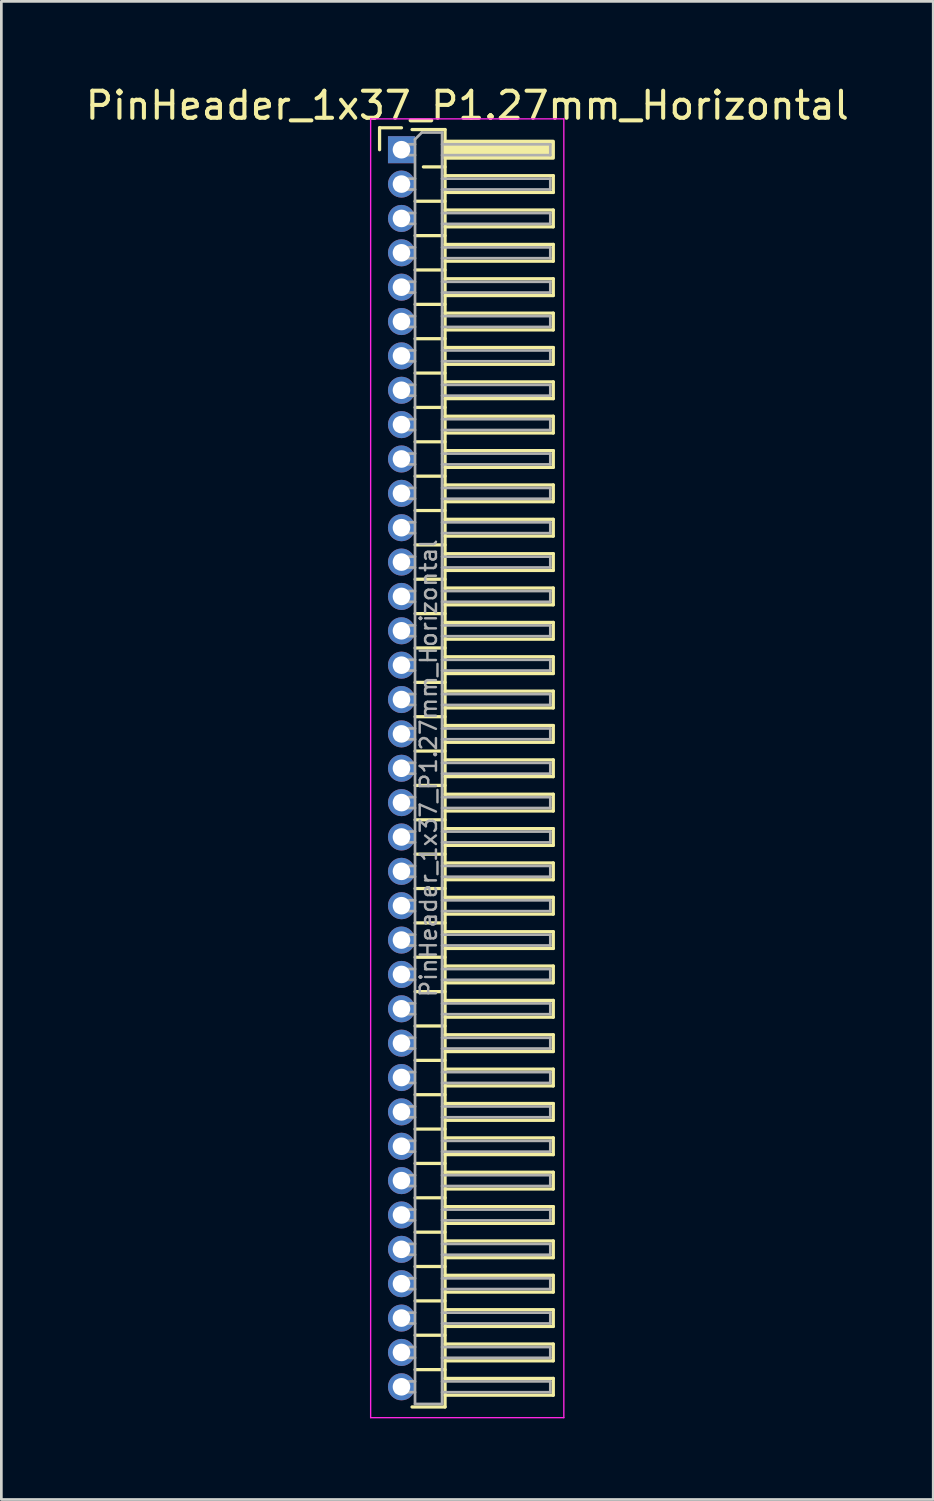
<source format=kicad_pcb>
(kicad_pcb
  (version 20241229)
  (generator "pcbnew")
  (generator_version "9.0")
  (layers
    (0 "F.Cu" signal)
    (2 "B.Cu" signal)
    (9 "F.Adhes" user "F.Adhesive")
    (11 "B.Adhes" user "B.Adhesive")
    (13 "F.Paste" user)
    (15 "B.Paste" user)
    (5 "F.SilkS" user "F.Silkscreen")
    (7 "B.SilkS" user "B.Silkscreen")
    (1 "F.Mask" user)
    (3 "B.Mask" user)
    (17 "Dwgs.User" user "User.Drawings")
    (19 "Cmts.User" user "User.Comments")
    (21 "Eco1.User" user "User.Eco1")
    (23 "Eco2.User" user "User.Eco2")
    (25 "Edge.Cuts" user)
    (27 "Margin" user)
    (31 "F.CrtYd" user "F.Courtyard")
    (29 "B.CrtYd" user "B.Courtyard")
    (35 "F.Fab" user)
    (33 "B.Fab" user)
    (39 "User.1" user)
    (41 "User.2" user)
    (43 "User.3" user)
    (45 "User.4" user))
  (footprint "PinHeader_1x37_P1.27mm_Horizontal"
    (layer "F.Cu")
    (at 11.788 2.483)
    (property "Reference" "PinHeader_1x37_P1.27mm_Horizontal" (at 2.433 -1.635 0) (layer "F.SilkS") (effects (font (size 1 1) (thickness 0.15))))
    (attr through_hole)
    (fp_line (start -0.81 -0.81) (end 0 -0.81) (stroke (width 0.12) (type solid)) (layer "F.SilkS"))
    (fp_line (start -0.81 0) (end -0.81 -0.81) (stroke (width 0.12) (type solid)) (layer "F.SilkS"))
    (fp_line (start 0.39 -0.745) (end 1.61 -0.745) (stroke (width 0.12) (type solid)) (layer "F.SilkS"))
    (fp_line (start 0.503 1.905) (end 1.61 1.905) (stroke (width 0.12) (type solid)) (layer "F.SilkS"))
    (fp_line (start 0.503 3.175) (end 1.61 3.175) (stroke (width 0.12) (type solid)) (layer "F.SilkS"))
    (fp_line (start 0.503 4.445) (end 1.61 4.445) (stroke (width 0.12) (type solid)) (layer "F.SilkS"))
    (fp_line (start 0.503 5.715) (end 1.61 5.715) (stroke (width 0.12) (type solid)) (layer "F.SilkS"))
    (fp_line (start 0.503 6.985) (end 1.61 6.985) (stroke (width 0.12) (type solid)) (layer "F.SilkS"))
    (fp_line (start 0.503 8.255) (end 1.61 8.255) (stroke (width 0.12) (type solid)) (layer "F.SilkS"))
    (fp_line (start 0.503 9.525) (end 1.61 9.525) (stroke (width 0.12) (type solid)) (layer "F.SilkS"))
    (fp_line (start 0.503 10.795) (end 1.61 10.795) (stroke (width 0.12) (type solid)) (layer "F.SilkS"))
    (fp_line (start 0.503 12.065) (end 1.61 12.065) (stroke (width 0.12) (type solid)) (layer "F.SilkS"))
    (fp_line (start 0.503 13.335) (end 1.61 13.335) (stroke (width 0.12) (type solid)) (layer "F.SilkS"))
    (fp_line (start 0.503 14.605) (end 1.61 14.605) (stroke (width 0.12) (type solid)) (layer "F.SilkS"))
    (fp_line (start 0.503 15.875) (end 1.61 15.875) (stroke (width 0.12) (type solid)) (layer "F.SilkS"))
    (fp_line (start 0.503 17.145) (end 1.61 17.145) (stroke (width 0.12) (type solid)) (layer "F.SilkS"))
    (fp_line (start 0.503 18.415) (end 1.61 18.415) (stroke (width 0.12) (type solid)) (layer "F.SilkS"))
    (fp_line (start 0.503 19.685) (end 1.61 19.685) (stroke (width 0.12) (type solid)) (layer "F.SilkS"))
    (fp_line (start 0.503 20.955) (end 1.61 20.955) (stroke (width 0.12) (type solid)) (layer "F.SilkS"))
    (fp_line (start 0.503 22.225) (end 1.61 22.225) (stroke (width 0.12) (type solid)) (layer "F.SilkS"))
    (fp_line (start 0.503 23.495) (end 1.61 23.495) (stroke (width 0.12) (type solid)) (layer "F.SilkS"))
    (fp_line (start 0.503 24.765) (end 1.61 24.765) (stroke (width 0.12) (type solid)) (layer "F.SilkS"))
    (fp_line (start 0.503 26.035) (end 1.61 26.035) (stroke (width 0.12) (type solid)) (layer "F.SilkS"))
    (fp_line (start 0.503 27.305) (end 1.61 27.305) (stroke (width 0.12) (type solid)) (layer "F.SilkS"))
    (fp_line (start 0.503 28.575) (end 1.61 28.575) (stroke (width 0.12) (type solid)) (layer "F.SilkS"))
    (fp_line (start 0.503 29.845) (end 1.61 29.845) (stroke (width 0.12) (type solid)) (layer "F.SilkS"))
    (fp_line (start 0.503 31.115) (end 1.61 31.115) (stroke (width 0.12) (type solid)) (layer "F.SilkS"))
    (fp_line (start 0.503 32.385) (end 1.61 32.385) (stroke (width 0.12) (type solid)) (layer "F.SilkS"))
    (fp_line (start 0.503 33.655) (end 1.61 33.655) (stroke (width 0.12) (type solid)) (layer "F.SilkS"))
    (fp_line (start 0.503 34.925) (end 1.61 34.925) (stroke (width 0.12) (type solid)) (layer "F.SilkS"))
    (fp_line (start 0.503 36.195) (end 1.61 36.195) (stroke (width 0.12) (type solid)) (layer "F.SilkS"))
    (fp_line (start 0.503 37.465) (end 1.61 37.465) (stroke (width 0.12) (type solid)) (layer "F.SilkS"))
    (fp_line (start 0.503 38.735) (end 1.61 38.735) (stroke (width 0.12) (type solid)) (layer "F.SilkS"))
    (fp_line (start 0.503 40.005) (end 1.61 40.005) (stroke (width 0.12) (type solid)) (layer "F.SilkS"))
    (fp_line (start 0.503 41.275) (end 1.61 41.275) (stroke (width 0.12) (type solid)) (layer "F.SilkS"))
    (fp_line (start 0.503 42.545) (end 1.61 42.545) (stroke (width 0.12) (type solid)) (layer "F.SilkS"))
    (fp_line (start 0.503 43.815) (end 1.61 43.815) (stroke (width 0.12) (type solid)) (layer "F.SilkS"))
    (fp_line (start 0.503 45.085) (end 1.61 45.085) (stroke (width 0.12) (type solid)) (layer "F.SilkS"))
    (fp_line (start 0.81 0.635) (end 1.61 0.635) (stroke (width 0.12) (type solid)) (layer "F.SilkS"))
    (fp_line (start 1.61 -0.745) (end 1.61 46.465) (stroke (width 0.12) (type solid)) (layer "F.SilkS"))
    (fp_line (start 1.61 0.96) (end 5.61 0.96) (stroke (width 0.12) (type solid)) (layer "F.SilkS"))
    (fp_line (start 1.61 2.23) (end 5.61 2.23) (stroke (width 0.12) (type solid)) (layer "F.SilkS"))
    (fp_line (start 1.61 3.5) (end 5.61 3.5) (stroke (width 0.12) (type solid)) (layer "F.SilkS"))
    (fp_line (start 1.61 4.77) (end 5.61 4.77) (stroke (width 0.12) (type solid)) (layer "F.SilkS"))
    (fp_line (start 1.61 6.04) (end 5.61 6.04) (stroke (width 0.12) (type solid)) (layer "F.SilkS"))
    (fp_line (start 1.61 7.31) (end 5.61 7.31) (stroke (width 0.12) (type solid)) (layer "F.SilkS"))
    (fp_line (start 1.61 8.58) (end 5.61 8.58) (stroke (width 0.12) (type solid)) (layer "F.SilkS"))
    (fp_line (start 1.61 9.85) (end 5.61 9.85) (stroke (width 0.12) (type solid)) (layer "F.SilkS"))
    (fp_line (start 1.61 11.12) (end 5.61 11.12) (stroke (width 0.12) (type solid)) (layer "F.SilkS"))
    (fp_line (start 1.61 12.39) (end 5.61 12.39) (stroke (width 0.12) (type solid)) (layer "F.SilkS"))
    (fp_line (start 1.61 13.66) (end 5.61 13.66) (stroke (width 0.12) (type solid)) (layer "F.SilkS"))
    (fp_line (start 1.61 14.93) (end 5.61 14.93) (stroke (width 0.12) (type solid)) (layer "F.SilkS"))
    (fp_line (start 1.61 16.2) (end 5.61 16.2) (stroke (width 0.12) (type solid)) (layer "F.SilkS"))
    (fp_line (start 1.61 17.47) (end 5.61 17.47) (stroke (width 0.12) (type solid)) (layer "F.SilkS"))
    (fp_line (start 1.61 18.74) (end 5.61 18.74) (stroke (width 0.12) (type solid)) (layer "F.SilkS"))
    (fp_line (start 1.61 20.01) (end 5.61 20.01) (stroke (width 0.12) (type solid)) (layer "F.SilkS"))
    (fp_line (start 1.61 21.28) (end 5.61 21.28) (stroke (width 0.12) (type solid)) (layer "F.SilkS"))
    (fp_line (start 1.61 22.55) (end 5.61 22.55) (stroke (width 0.12) (type solid)) (layer "F.SilkS"))
    (fp_line (start 1.61 23.82) (end 5.61 23.82) (stroke (width 0.12) (type solid)) (layer "F.SilkS"))
    (fp_line (start 1.61 25.09) (end 5.61 25.09) (stroke (width 0.12) (type solid)) (layer "F.SilkS"))
    (fp_line (start 1.61 26.36) (end 5.61 26.36) (stroke (width 0.12) (type solid)) (layer "F.SilkS"))
    (fp_line (start 1.61 27.63) (end 5.61 27.63) (stroke (width 0.12) (type solid)) (layer "F.SilkS"))
    (fp_line (start 1.61 28.9) (end 5.61 28.9) (stroke (width 0.12) (type solid)) (layer "F.SilkS"))
    (fp_line (start 1.61 30.17) (end 5.61 30.17) (stroke (width 0.12) (type solid)) (layer "F.SilkS"))
    (fp_line (start 1.61 31.44) (end 5.61 31.44) (stroke (width 0.12) (type solid)) (layer "F.SilkS"))
    (fp_line (start 1.61 32.71) (end 5.61 32.71) (stroke (width 0.12) (type solid)) (layer "F.SilkS"))
    (fp_line (start 1.61 33.98) (end 5.61 33.98) (stroke (width 0.12) (type solid)) (layer "F.SilkS"))
    (fp_line (start 1.61 35.25) (end 5.61 35.25) (stroke (width 0.12) (type solid)) (layer "F.SilkS"))
    (fp_line (start 1.61 36.52) (end 5.61 36.52) (stroke (width 0.12) (type solid)) (layer "F.SilkS"))
    (fp_line (start 1.61 37.79) (end 5.61 37.79) (stroke (width 0.12) (type solid)) (layer "F.SilkS"))
    (fp_line (start 1.61 39.06) (end 5.61 39.06) (stroke (width 0.12) (type solid)) (layer "F.SilkS"))
    (fp_line (start 1.61 40.33) (end 5.61 40.33) (stroke (width 0.12) (type solid)) (layer "F.SilkS"))
    (fp_line (start 1.61 41.6) (end 5.61 41.6) (stroke (width 0.12) (type solid)) (layer "F.SilkS"))
    (fp_line (start 1.61 42.87) (end 5.61 42.87) (stroke (width 0.12) (type solid)) (layer "F.SilkS"))
    (fp_line (start 1.61 44.14) (end 5.61 44.14) (stroke (width 0.12) (type solid)) (layer "F.SilkS"))
    (fp_line (start 1.61 45.41) (end 5.61 45.41) (stroke (width 0.12) (type solid)) (layer "F.SilkS"))
    (fp_line (start 1.61 46.465) (end 0.39 46.465) (stroke (width 0.12) (type solid)) (layer "F.SilkS"))
    (fp_line (start 5.61 0.96) (end 5.61 1.58) (stroke (width 0.12) (type solid)) (layer "F.SilkS"))
    (fp_line (start 5.61 1.58) (end 1.61 1.58) (stroke (width 0.12) (type solid)) (layer "F.SilkS"))
    (fp_line (start 5.61 2.23) (end 5.61 2.85) (stroke (width 0.12) (type solid)) (layer "F.SilkS"))
    (fp_line (start 5.61 2.85) (end 1.61 2.85) (stroke (width 0.12) (type solid)) (layer "F.SilkS"))
    (fp_line (start 5.61 3.5) (end 5.61 4.12) (stroke (width 0.12) (type solid)) (layer "F.SilkS"))
    (fp_line (start 5.61 4.12) (end 1.61 4.12) (stroke (width 0.12) (type solid)) (layer "F.SilkS"))
    (fp_line (start 5.61 4.77) (end 5.61 5.39) (stroke (width 0.12) (type solid)) (layer "F.SilkS"))
    (fp_line (start 5.61 5.39) (end 1.61 5.39) (stroke (width 0.12) (type solid)) (layer "F.SilkS"))
    (fp_line (start 5.61 6.04) (end 5.61 6.66) (stroke (width 0.12) (type solid)) (layer "F.SilkS"))
    (fp_line (start 5.61 6.66) (end 1.61 6.66) (stroke (width 0.12) (type solid)) (layer "F.SilkS"))
    (fp_line (start 5.61 7.31) (end 5.61 7.93) (stroke (width 0.12) (type solid)) (layer "F.SilkS"))
    (fp_line (start 5.61 7.93) (end 1.61 7.93) (stroke (width 0.12) (type solid)) (layer "F.SilkS"))
    (fp_line (start 5.61 8.58) (end 5.61 9.2) (stroke (width 0.12) (type solid)) (layer "F.SilkS"))
    (fp_line (start 5.61 9.2) (end 1.61 9.2) (stroke (width 0.12) (type solid)) (layer "F.SilkS"))
    (fp_line (start 5.61 9.85) (end 5.61 10.47) (stroke (width 0.12) (type solid)) (layer "F.SilkS"))
    (fp_line (start 5.61 10.47) (end 1.61 10.47) (stroke (width 0.12) (type solid)) (layer "F.SilkS"))
    (fp_line (start 5.61 11.12) (end 5.61 11.74) (stroke (width 0.12) (type solid)) (layer "F.SilkS"))
    (fp_line (start 5.61 11.74) (end 1.61 11.74) (stroke (width 0.12) (type solid)) (layer "F.SilkS"))
    (fp_line (start 5.61 12.39) (end 5.61 13.01) (stroke (width 0.12) (type solid)) (layer "F.SilkS"))
    (fp_line (start 5.61 13.01) (end 1.61 13.01) (stroke (width 0.12) (type solid)) (layer "F.SilkS"))
    (fp_line (start 5.61 13.66) (end 5.61 14.28) (stroke (width 0.12) (type solid)) (layer "F.SilkS"))
    (fp_line (start 5.61 14.28) (end 1.61 14.28) (stroke (width 0.12) (type solid)) (layer "F.SilkS"))
    (fp_line (start 5.61 14.93) (end 5.61 15.55) (stroke (width 0.12) (type solid)) (layer "F.SilkS"))
    (fp_line (start 5.61 15.55) (end 1.61 15.55) (stroke (width 0.12) (type solid)) (layer "F.SilkS"))
    (fp_line (start 5.61 16.2) (end 5.61 16.82) (stroke (width 0.12) (type solid)) (layer "F.SilkS"))
    (fp_line (start 5.61 16.82) (end 1.61 16.82) (stroke (width 0.12) (type solid)) (layer "F.SilkS"))
    (fp_line (start 5.61 17.47) (end 5.61 18.09) (stroke (width 0.12) (type solid)) (layer "F.SilkS"))
    (fp_line (start 5.61 18.09) (end 1.61 18.09) (stroke (width 0.12) (type solid)) (layer "F.SilkS"))
    (fp_line (start 5.61 18.74) (end 5.61 19.36) (stroke (width 0.12) (type solid)) (layer "F.SilkS"))
    (fp_line (start 5.61 19.36) (end 1.61 19.36) (stroke (width 0.12) (type solid)) (layer "F.SilkS"))
    (fp_line (start 5.61 20.01) (end 5.61 20.63) (stroke (width 0.12) (type solid)) (layer "F.SilkS"))
    (fp_line (start 5.61 20.63) (end 1.61 20.63) (stroke (width 0.12) (type solid)) (layer "F.SilkS"))
    (fp_line (start 5.61 21.28) (end 5.61 21.9) (stroke (width 0.12) (type solid)) (layer "F.SilkS"))
    (fp_line (start 5.61 21.9) (end 1.61 21.9) (stroke (width 0.12) (type solid)) (layer "F.SilkS"))
    (fp_line (start 5.61 22.55) (end 5.61 23.17) (stroke (width 0.12) (type solid)) (layer "F.SilkS"))
    (fp_line (start 5.61 23.17) (end 1.61 23.17) (stroke (width 0.12) (type solid)) (layer "F.SilkS"))
    (fp_line (start 5.61 23.82) (end 5.61 24.44) (stroke (width 0.12) (type solid)) (layer "F.SilkS"))
    (fp_line (start 5.61 24.44) (end 1.61 24.44) (stroke (width 0.12) (type solid)) (layer "F.SilkS"))
    (fp_line (start 5.61 25.09) (end 5.61 25.71) (stroke (width 0.12) (type solid)) (layer "F.SilkS"))
    (fp_line (start 5.61 25.71) (end 1.61 25.71) (stroke (width 0.12) (type solid)) (layer "F.SilkS"))
    (fp_line (start 5.61 26.36) (end 5.61 26.98) (stroke (width 0.12) (type solid)) (layer "F.SilkS"))
    (fp_line (start 5.61 26.98) (end 1.61 26.98) (stroke (width 0.12) (type solid)) (layer "F.SilkS"))
    (fp_line (start 5.61 27.63) (end 5.61 28.25) (stroke (width 0.12) (type solid)) (layer "F.SilkS"))
    (fp_line (start 5.61 28.25) (end 1.61 28.25) (stroke (width 0.12) (type solid)) (layer "F.SilkS"))
    (fp_line (start 5.61 28.9) (end 5.61 29.52) (stroke (width 0.12) (type solid)) (layer "F.SilkS"))
    (fp_line (start 5.61 29.52) (end 1.61 29.52) (stroke (width 0.12) (type solid)) (layer "F.SilkS"))
    (fp_line (start 5.61 30.17) (end 5.61 30.79) (stroke (width 0.12) (type solid)) (layer "F.SilkS"))
    (fp_line (start 5.61 30.79) (end 1.61 30.79) (stroke (width 0.12) (type solid)) (layer "F.SilkS"))
    (fp_line (start 5.61 31.44) (end 5.61 32.06) (stroke (width 0.12) (type solid)) (layer "F.SilkS"))
    (fp_line (start 5.61 32.06) (end 1.61 32.06) (stroke (width 0.12) (type solid)) (layer "F.SilkS"))
    (fp_line (start 5.61 32.71) (end 5.61 33.33) (stroke (width 0.12) (type solid)) (layer "F.SilkS"))
    (fp_line (start 5.61 33.33) (end 1.61 33.33) (stroke (width 0.12) (type solid)) (layer "F.SilkS"))
    (fp_line (start 5.61 33.98) (end 5.61 34.6) (stroke (width 0.12) (type solid)) (layer "F.SilkS"))
    (fp_line (start 5.61 34.6) (end 1.61 34.6) (stroke (width 0.12) (type solid)) (layer "F.SilkS"))
    (fp_line (start 5.61 35.25) (end 5.61 35.87) (stroke (width 0.12) (type solid)) (layer "F.SilkS"))
    (fp_line (start 5.61 35.87) (end 1.61 35.87) (stroke (width 0.12) (type solid)) (layer "F.SilkS"))
    (fp_line (start 5.61 36.52) (end 5.61 37.14) (stroke (width 0.12) (type solid)) (layer "F.SilkS"))
    (fp_line (start 5.61 37.14) (end 1.61 37.14) (stroke (width 0.12) (type solid)) (layer "F.SilkS"))
    (fp_line (start 5.61 37.79) (end 5.61 38.41) (stroke (width 0.12) (type solid)) (layer "F.SilkS"))
    (fp_line (start 5.61 38.41) (end 1.61 38.41) (stroke (width 0.12) (type solid)) (layer "F.SilkS"))
    (fp_line (start 5.61 39.06) (end 5.61 39.68) (stroke (width 0.12) (type solid)) (layer "F.SilkS"))
    (fp_line (start 5.61 39.68) (end 1.61 39.68) (stroke (width 0.12) (type solid)) (layer "F.SilkS"))
    (fp_line (start 5.61 40.33) (end 5.61 40.95) (stroke (width 0.12) (type solid)) (layer "F.SilkS"))
    (fp_line (start 5.61 40.95) (end 1.61 40.95) (stroke (width 0.12) (type solid)) (layer "F.SilkS"))
    (fp_line (start 5.61 41.6) (end 5.61 42.22) (stroke (width 0.12) (type solid)) (layer "F.SilkS"))
    (fp_line (start 5.61 42.22) (end 1.61 42.22) (stroke (width 0.12) (type solid)) (layer "F.SilkS"))
    (fp_line (start 5.61 42.87) (end 5.61 43.49) (stroke (width 0.12) (type solid)) (layer "F.SilkS"))
    (fp_line (start 5.61 43.49) (end 1.61 43.49) (stroke (width 0.12) (type solid)) (layer "F.SilkS"))
    (fp_line (start 5.61 44.14) (end 5.61 44.76) (stroke (width 0.12) (type solid)) (layer "F.SilkS"))
    (fp_line (start 5.61 44.76) (end 1.61 44.76) (stroke (width 0.12) (type solid)) (layer "F.SilkS"))
    (fp_line (start 5.61 45.41) (end 5.61 46.03) (stroke (width 0.12) (type solid)) (layer "F.SilkS"))
    (fp_line (start 5.61 46.03) (end 1.61 46.03) (stroke (width 0.12) (type solid)) (layer "F.SilkS"))
    (fp_rect (start 1.61 -0.31) (end 5.61 0.31) (stroke (width 0.12) (type solid)) (fill yes) (layer "F.SilkS"))
    (fp_line (start -1.14 -1.14) (end -1.14 46.86) (stroke (width 0.05) (type solid)) (layer "F.CrtYd"))
    (fp_line (start -1.14 46.86) (end 6 46.86) (stroke (width 0.05) (type solid)) (layer "F.CrtYd"))
    (fp_line (start 6 -1.14) (end -1.14 -1.14) (stroke (width 0.05) (type solid)) (layer "F.CrtYd"))
    (fp_line (start 6 46.86) (end 6 -1.14) (stroke (width 0.05) (type solid)) (layer "F.CrtYd"))
    (fp_line (start -0.2 -0.2) (end -0.2 0.2) (stroke (width 0.1) (type solid)) (layer "F.Fab"))
    (fp_line (start -0.2 -0.2) (end 0.5 -0.2) (stroke (width 0.1) (type solid)) (layer "F.Fab"))
    (fp_line (start -0.2 0.2) (end 0.5 0.2) (stroke (width 0.1) (type solid)) (layer "F.Fab"))
    (fp_line (start -0.2 1.07) (end -0.2 1.47) (stroke (width 0.1) (type solid)) (layer "F.Fab"))
    (fp_line (start -0.2 1.07) (end 0.5 1.07) (stroke (width 0.1) (type solid)) (layer "F.Fab"))
    (fp_line (start -0.2 1.47) (end 0.5 1.47) (stroke (width 0.1) (type solid)) (layer "F.Fab"))
    (fp_line (start -0.2 2.34) (end -0.2 2.74) (stroke (width 0.1) (type solid)) (layer "F.Fab"))
    (fp_line (start -0.2 2.34) (end 0.5 2.34) (stroke (width 0.1) (type solid)) (layer "F.Fab"))
    (fp_line (start -0.2 2.74) (end 0.5 2.74) (stroke (width 0.1) (type solid)) (layer "F.Fab"))
    (fp_line (start -0.2 3.61) (end -0.2 4.01) (stroke (width 0.1) (type solid)) (layer "F.Fab"))
    (fp_line (start -0.2 3.61) (end 0.5 3.61) (stroke (width 0.1) (type solid)) (layer "F.Fab"))
    (fp_line (start -0.2 4.01) (end 0.5 4.01) (stroke (width 0.1) (type solid)) (layer "F.Fab"))
    (fp_line (start -0.2 4.88) (end -0.2 5.28) (stroke (width 0.1) (type solid)) (layer "F.Fab"))
    (fp_line (start -0.2 4.88) (end 0.5 4.88) (stroke (width 0.1) (type solid)) (layer "F.Fab"))
    (fp_line (start -0.2 5.28) (end 0.5 5.28) (stroke (width 0.1) (type solid)) (layer "F.Fab"))
    (fp_line (start -0.2 6.15) (end -0.2 6.55) (stroke (width 0.1) (type solid)) (layer "F.Fab"))
    (fp_line (start -0.2 6.15) (end 0.5 6.15) (stroke (width 0.1) (type solid)) (layer "F.Fab"))
    (fp_line (start -0.2 6.55) (end 0.5 6.55) (stroke (width 0.1) (type solid)) (layer "F.Fab"))
    (fp_line (start -0.2 7.42) (end -0.2 7.82) (stroke (width 0.1) (type solid)) (layer "F.Fab"))
    (fp_line (start -0.2 7.42) (end 0.5 7.42) (stroke (width 0.1) (type solid)) (layer "F.Fab"))
    (fp_line (start -0.2 7.82) (end 0.5 7.82) (stroke (width 0.1) (type solid)) (layer "F.Fab"))
    (fp_line (start -0.2 8.69) (end -0.2 9.09) (stroke (width 0.1) (type solid)) (layer "F.Fab"))
    (fp_line (start -0.2 8.69) (end 0.5 8.69) (stroke (width 0.1) (type solid)) (layer "F.Fab"))
    (fp_line (start -0.2 9.09) (end 0.5 9.09) (stroke (width 0.1) (type solid)) (layer "F.Fab"))
    (fp_line (start -0.2 9.96) (end -0.2 10.36) (stroke (width 0.1) (type solid)) (layer "F.Fab"))
    (fp_line (start -0.2 9.96) (end 0.5 9.96) (stroke (width 0.1) (type solid)) (layer "F.Fab"))
    (fp_line (start -0.2 10.36) (end 0.5 10.36) (stroke (width 0.1) (type solid)) (layer "F.Fab"))
    (fp_line (start -0.2 11.23) (end -0.2 11.63) (stroke (width 0.1) (type solid)) (layer "F.Fab"))
    (fp_line (start -0.2 11.23) (end 0.5 11.23) (stroke (width 0.1) (type solid)) (layer "F.Fab"))
    (fp_line (start -0.2 11.63) (end 0.5 11.63) (stroke (width 0.1) (type solid)) (layer "F.Fab"))
    (fp_line (start -0.2 12.5) (end -0.2 12.9) (stroke (width 0.1) (type solid)) (layer "F.Fab"))
    (fp_line (start -0.2 12.5) (end 0.5 12.5) (stroke (width 0.1) (type solid)) (layer "F.Fab"))
    (fp_line (start -0.2 12.9) (end 0.5 12.9) (stroke (width 0.1) (type solid)) (layer "F.Fab"))
    (fp_line (start -0.2 13.77) (end -0.2 14.17) (stroke (width 0.1) (type solid)) (layer "F.Fab"))
    (fp_line (start -0.2 13.77) (end 0.5 13.77) (stroke (width 0.1) (type solid)) (layer "F.Fab"))
    (fp_line (start -0.2 14.17) (end 0.5 14.17) (stroke (width 0.1) (type solid)) (layer "F.Fab"))
    (fp_line (start -0.2 15.04) (end -0.2 15.44) (stroke (width 0.1) (type solid)) (layer "F.Fab"))
    (fp_line (start -0.2 15.04) (end 0.5 15.04) (stroke (width 0.1) (type solid)) (layer "F.Fab"))
    (fp_line (start -0.2 15.44) (end 0.5 15.44) (stroke (width 0.1) (type solid)) (layer "F.Fab"))
    (fp_line (start -0.2 16.31) (end -0.2 16.71) (stroke (width 0.1) (type solid)) (layer "F.Fab"))
    (fp_line (start -0.2 16.31) (end 0.5 16.31) (stroke (width 0.1) (type solid)) (layer "F.Fab"))
    (fp_line (start -0.2 16.71) (end 0.5 16.71) (stroke (width 0.1) (type solid)) (layer "F.Fab"))
    (fp_line (start -0.2 17.58) (end -0.2 17.98) (stroke (width 0.1) (type solid)) (layer "F.Fab"))
    (fp_line (start -0.2 17.58) (end 0.5 17.58) (stroke (width 0.1) (type solid)) (layer "F.Fab"))
    (fp_line (start -0.2 17.98) (end 0.5 17.98) (stroke (width 0.1) (type solid)) (layer "F.Fab"))
    (fp_line (start -0.2 18.85) (end -0.2 19.25) (stroke (width 0.1) (type solid)) (layer "F.Fab"))
    (fp_line (start -0.2 18.85) (end 0.5 18.85) (stroke (width 0.1) (type solid)) (layer "F.Fab"))
    (fp_line (start -0.2 19.25) (end 0.5 19.25) (stroke (width 0.1) (type solid)) (layer "F.Fab"))
    (fp_line (start -0.2 20.12) (end -0.2 20.52) (stroke (width 0.1) (type solid)) (layer "F.Fab"))
    (fp_line (start -0.2 20.12) (end 0.5 20.12) (stroke (width 0.1) (type solid)) (layer "F.Fab"))
    (fp_line (start -0.2 20.52) (end 0.5 20.52) (stroke (width 0.1) (type solid)) (layer "F.Fab"))
    (fp_line (start -0.2 21.39) (end -0.2 21.79) (stroke (width 0.1) (type solid)) (layer "F.Fab"))
    (fp_line (start -0.2 21.39) (end 0.5 21.39) (stroke (width 0.1) (type solid)) (layer "F.Fab"))
    (fp_line (start -0.2 21.79) (end 0.5 21.79) (stroke (width 0.1) (type solid)) (layer "F.Fab"))
    (fp_line (start -0.2 22.66) (end -0.2 23.06) (stroke (width 0.1) (type solid)) (layer "F.Fab"))
    (fp_line (start -0.2 22.66) (end 0.5 22.66) (stroke (width 0.1) (type solid)) (layer "F.Fab"))
    (fp_line (start -0.2 23.06) (end 0.5 23.06) (stroke (width 0.1) (type solid)) (layer "F.Fab"))
    (fp_line (start -0.2 23.93) (end -0.2 24.33) (stroke (width 0.1) (type solid)) (layer "F.Fab"))
    (fp_line (start -0.2 23.93) (end 0.5 23.93) (stroke (width 0.1) (type solid)) (layer "F.Fab"))
    (fp_line (start -0.2 24.33) (end 0.5 24.33) (stroke (width 0.1) (type solid)) (layer "F.Fab"))
    (fp_line (start -0.2 25.2) (end -0.2 25.6) (stroke (width 0.1) (type solid)) (layer "F.Fab"))
    (fp_line (start -0.2 25.2) (end 0.5 25.2) (stroke (width 0.1) (type solid)) (layer "F.Fab"))
    (fp_line (start -0.2 25.6) (end 0.5 25.6) (stroke (width 0.1) (type solid)) (layer "F.Fab"))
    (fp_line (start -0.2 26.47) (end -0.2 26.87) (stroke (width 0.1) (type solid)) (layer "F.Fab"))
    (fp_line (start -0.2 26.47) (end 0.5 26.47) (stroke (width 0.1) (type solid)) (layer "F.Fab"))
    (fp_line (start -0.2 26.87) (end 0.5 26.87) (stroke (width 0.1) (type solid)) (layer "F.Fab"))
    (fp_line (start -0.2 27.74) (end -0.2 28.14) (stroke (width 0.1) (type solid)) (layer "F.Fab"))
    (fp_line (start -0.2 27.74) (end 0.5 27.74) (stroke (width 0.1) (type solid)) (layer "F.Fab"))
    (fp_line (start -0.2 28.14) (end 0.5 28.14) (stroke (width 0.1) (type solid)) (layer "F.Fab"))
    (fp_line (start -0.2 29.01) (end -0.2 29.41) (stroke (width 0.1) (type solid)) (layer "F.Fab"))
    (fp_line (start -0.2 29.01) (end 0.5 29.01) (stroke (width 0.1) (type solid)) (layer "F.Fab"))
    (fp_line (start -0.2 29.41) (end 0.5 29.41) (stroke (width 0.1) (type solid)) (layer "F.Fab"))
    (fp_line (start -0.2 30.28) (end -0.2 30.68) (stroke (width 0.1) (type solid)) (layer "F.Fab"))
    (fp_line (start -0.2 30.28) (end 0.5 30.28) (stroke (width 0.1) (type solid)) (layer "F.Fab"))
    (fp_line (start -0.2 30.68) (end 0.5 30.68) (stroke (width 0.1) (type solid)) (layer "F.Fab"))
    (fp_line (start -0.2 31.55) (end -0.2 31.95) (stroke (width 0.1) (type solid)) (layer "F.Fab"))
    (fp_line (start -0.2 31.55) (end 0.5 31.55) (stroke (width 0.1) (type solid)) (layer "F.Fab"))
    (fp_line (start -0.2 31.95) (end 0.5 31.95) (stroke (width 0.1) (type solid)) (layer "F.Fab"))
    (fp_line (start -0.2 32.82) (end -0.2 33.22) (stroke (width 0.1) (type solid)) (layer "F.Fab"))
    (fp_line (start -0.2 32.82) (end 0.5 32.82) (stroke (width 0.1) (type solid)) (layer "F.Fab"))
    (fp_line (start -0.2 33.22) (end 0.5 33.22) (stroke (width 0.1) (type solid)) (layer "F.Fab"))
    (fp_line (start -0.2 34.09) (end -0.2 34.49) (stroke (width 0.1) (type solid)) (layer "F.Fab"))
    (fp_line (start -0.2 34.09) (end 0.5 34.09) (stroke (width 0.1) (type solid)) (layer "F.Fab"))
    (fp_line (start -0.2 34.49) (end 0.5 34.49) (stroke (width 0.1) (type solid)) (layer "F.Fab"))
    (fp_line (start -0.2 35.36) (end -0.2 35.76) (stroke (width 0.1) (type solid)) (layer "F.Fab"))
    (fp_line (start -0.2 35.36) (end 0.5 35.36) (stroke (width 0.1) (type solid)) (layer "F.Fab"))
    (fp_line (start -0.2 35.76) (end 0.5 35.76) (stroke (width 0.1) (type solid)) (layer "F.Fab"))
    (fp_line (start -0.2 36.63) (end -0.2 37.03) (stroke (width 0.1) (type solid)) (layer "F.Fab"))
    (fp_line (start -0.2 36.63) (end 0.5 36.63) (stroke (width 0.1) (type solid)) (layer "F.Fab"))
    (fp_line (start -0.2 37.03) (end 0.5 37.03) (stroke (width 0.1) (type solid)) (layer "F.Fab"))
    (fp_line (start -0.2 37.9) (end -0.2 38.3) (stroke (width 0.1) (type solid)) (layer "F.Fab"))
    (fp_line (start -0.2 37.9) (end 0.5 37.9) (stroke (width 0.1) (type solid)) (layer "F.Fab"))
    (fp_line (start -0.2 38.3) (end 0.5 38.3) (stroke (width 0.1) (type solid)) (layer "F.Fab"))
    (fp_line (start -0.2 39.17) (end -0.2 39.57) (stroke (width 0.1) (type solid)) (layer "F.Fab"))
    (fp_line (start -0.2 39.17) (end 0.5 39.17) (stroke (width 0.1) (type solid)) (layer "F.Fab"))
    (fp_line (start -0.2 39.57) (end 0.5 39.57) (stroke (width 0.1) (type solid)) (layer "F.Fab"))
    (fp_line (start -0.2 40.44) (end -0.2 40.84) (stroke (width 0.1) (type solid)) (layer "F.Fab"))
    (fp_line (start -0.2 40.44) (end 0.5 40.44) (stroke (width 0.1) (type solid)) (layer "F.Fab"))
    (fp_line (start -0.2 40.84) (end 0.5 40.84) (stroke (width 0.1) (type solid)) (layer "F.Fab"))
    (fp_line (start -0.2 41.71) (end -0.2 42.11) (stroke (width 0.1) (type solid)) (layer "F.Fab"))
    (fp_line (start -0.2 41.71) (end 0.5 41.71) (stroke (width 0.1) (type solid)) (layer "F.Fab"))
    (fp_line (start -0.2 42.11) (end 0.5 42.11) (stroke (width 0.1) (type solid)) (layer "F.Fab"))
    (fp_line (start -0.2 42.98) (end -0.2 43.38) (stroke (width 0.1) (type solid)) (layer "F.Fab"))
    (fp_line (start -0.2 42.98) (end 0.5 42.98) (stroke (width 0.1) (type solid)) (layer "F.Fab"))
    (fp_line (start -0.2 43.38) (end 0.5 43.38) (stroke (width 0.1) (type solid)) (layer "F.Fab"))
    (fp_line (start -0.2 44.25) (end -0.2 44.65) (stroke (width 0.1) (type solid)) (layer "F.Fab"))
    (fp_line (start -0.2 44.25) (end 0.5 44.25) (stroke (width 0.1) (type solid)) (layer "F.Fab"))
    (fp_line (start -0.2 44.65) (end 0.5 44.65) (stroke (width 0.1) (type solid)) (layer "F.Fab"))
    (fp_line (start -0.2 45.52) (end -0.2 45.92) (stroke (width 0.1) (type solid)) (layer "F.Fab"))
    (fp_line (start -0.2 45.52) (end 0.5 45.52) (stroke (width 0.1) (type solid)) (layer "F.Fab"))
    (fp_line (start -0.2 45.92) (end 0.5 45.92) (stroke (width 0.1) (type solid)) (layer "F.Fab"))
    (fp_line (start 0.5 -0.385) (end 0.75 -0.635) (stroke (width 0.1) (type solid)) (layer "F.Fab"))
    (fp_line (start 0.5 46.355) (end 0.5 -0.385) (stroke (width 0.1) (type solid)) (layer "F.Fab"))
    (fp_line (start 0.75 -0.635) (end 1.5 -0.635) (stroke (width 0.1) (type solid)) (layer "F.Fab"))
    (fp_line (start 1.5 -0.635) (end 1.5 46.355) (stroke (width 0.1) (type solid)) (layer "F.Fab"))
    (fp_line (start 1.5 -0.2) (end 5.5 -0.2) (stroke (width 0.1) (type solid)) (layer "F.Fab"))
    (fp_line (start 1.5 0.2) (end 5.5 0.2) (stroke (width 0.1) (type solid)) (layer "F.Fab"))
    (fp_line (start 1.5 1.07) (end 5.5 1.07) (stroke (width 0.1) (type solid)) (layer "F.Fab"))
    (fp_line (start 1.5 1.47) (end 5.5 1.47) (stroke (width 0.1) (type solid)) (layer "F.Fab"))
    (fp_line (start 1.5 2.34) (end 5.5 2.34) (stroke (width 0.1) (type solid)) (layer "F.Fab"))
    (fp_line (start 1.5 2.74) (end 5.5 2.74) (stroke (width 0.1) (type solid)) (layer "F.Fab"))
    (fp_line (start 1.5 3.61) (end 5.5 3.61) (stroke (width 0.1) (type solid)) (layer "F.Fab"))
    (fp_line (start 1.5 4.01) (end 5.5 4.01) (stroke (width 0.1) (type solid)) (layer "F.Fab"))
    (fp_line (start 1.5 4.88) (end 5.5 4.88) (stroke (width 0.1) (type solid)) (layer "F.Fab"))
    (fp_line (start 1.5 5.28) (end 5.5 5.28) (stroke (width 0.1) (type solid)) (layer "F.Fab"))
    (fp_line (start 1.5 6.15) (end 5.5 6.15) (stroke (width 0.1) (type solid)) (layer "F.Fab"))
    (fp_line (start 1.5 6.55) (end 5.5 6.55) (stroke (width 0.1) (type solid)) (layer "F.Fab"))
    (fp_line (start 1.5 7.42) (end 5.5 7.42) (stroke (width 0.1) (type solid)) (layer "F.Fab"))
    (fp_line (start 1.5 7.82) (end 5.5 7.82) (stroke (width 0.1) (type solid)) (layer "F.Fab"))
    (fp_line (start 1.5 8.69) (end 5.5 8.69) (stroke (width 0.1) (type solid)) (layer "F.Fab"))
    (fp_line (start 1.5 9.09) (end 5.5 9.09) (stroke (width 0.1) (type solid)) (layer "F.Fab"))
    (fp_line (start 1.5 9.96) (end 5.5 9.96) (stroke (width 0.1) (type solid)) (layer "F.Fab"))
    (fp_line (start 1.5 10.36) (end 5.5 10.36) (stroke (width 0.1) (type solid)) (layer "F.Fab"))
    (fp_line (start 1.5 11.23) (end 5.5 11.23) (stroke (width 0.1) (type solid)) (layer "F.Fab"))
    (fp_line (start 1.5 11.63) (end 5.5 11.63) (stroke (width 0.1) (type solid)) (layer "F.Fab"))
    (fp_line (start 1.5 12.5) (end 5.5 12.5) (stroke (width 0.1) (type solid)) (layer "F.Fab"))
    (fp_line (start 1.5 12.9) (end 5.5 12.9) (stroke (width 0.1) (type solid)) (layer "F.Fab"))
    (fp_line (start 1.5 13.77) (end 5.5 13.77) (stroke (width 0.1) (type solid)) (layer "F.Fab"))
    (fp_line (start 1.5 14.17) (end 5.5 14.17) (stroke (width 0.1) (type solid)) (layer "F.Fab"))
    (fp_line (start 1.5 15.04) (end 5.5 15.04) (stroke (width 0.1) (type solid)) (layer "F.Fab"))
    (fp_line (start 1.5 15.44) (end 5.5 15.44) (stroke (width 0.1) (type solid)) (layer "F.Fab"))
    (fp_line (start 1.5 16.31) (end 5.5 16.31) (stroke (width 0.1) (type solid)) (layer "F.Fab"))
    (fp_line (start 1.5 16.71) (end 5.5 16.71) (stroke (width 0.1) (type solid)) (layer "F.Fab"))
    (fp_line (start 1.5 17.58) (end 5.5 17.58) (stroke (width 0.1) (type solid)) (layer "F.Fab"))
    (fp_line (start 1.5 17.98) (end 5.5 17.98) (stroke (width 0.1) (type solid)) (layer "F.Fab"))
    (fp_line (start 1.5 18.85) (end 5.5 18.85) (stroke (width 0.1) (type solid)) (layer "F.Fab"))
    (fp_line (start 1.5 19.25) (end 5.5 19.25) (stroke (width 0.1) (type solid)) (layer "F.Fab"))
    (fp_line (start 1.5 20.12) (end 5.5 20.12) (stroke (width 0.1) (type solid)) (layer "F.Fab"))
    (fp_line (start 1.5 20.52) (end 5.5 20.52) (stroke (width 0.1) (type solid)) (layer "F.Fab"))
    (fp_line (start 1.5 21.39) (end 5.5 21.39) (stroke (width 0.1) (type solid)) (layer "F.Fab"))
    (fp_line (start 1.5 21.79) (end 5.5 21.79) (stroke (width 0.1) (type solid)) (layer "F.Fab"))
    (fp_line (start 1.5 22.66) (end 5.5 22.66) (stroke (width 0.1) (type solid)) (layer "F.Fab"))
    (fp_line (start 1.5 23.06) (end 5.5 23.06) (stroke (width 0.1) (type solid)) (layer "F.Fab"))
    (fp_line (start 1.5 23.93) (end 5.5 23.93) (stroke (width 0.1) (type solid)) (layer "F.Fab"))
    (fp_line (start 1.5 24.33) (end 5.5 24.33) (stroke (width 0.1) (type solid)) (layer "F.Fab"))
    (fp_line (start 1.5 25.2) (end 5.5 25.2) (stroke (width 0.1) (type solid)) (layer "F.Fab"))
    (fp_line (start 1.5 25.6) (end 5.5 25.6) (stroke (width 0.1) (type solid)) (layer "F.Fab"))
    (fp_line (start 1.5 26.47) (end 5.5 26.47) (stroke (width 0.1) (type solid)) (layer "F.Fab"))
    (fp_line (start 1.5 26.87) (end 5.5 26.87) (stroke (width 0.1) (type solid)) (layer "F.Fab"))
    (fp_line (start 1.5 27.74) (end 5.5 27.74) (stroke (width 0.1) (type solid)) (layer "F.Fab"))
    (fp_line (start 1.5 28.14) (end 5.5 28.14) (stroke (width 0.1) (type solid)) (layer "F.Fab"))
    (fp_line (start 1.5 29.01) (end 5.5 29.01) (stroke (width 0.1) (type solid)) (layer "F.Fab"))
    (fp_line (start 1.5 29.41) (end 5.5 29.41) (stroke (width 0.1) (type solid)) (layer "F.Fab"))
    (fp_line (start 1.5 30.28) (end 5.5 30.28) (stroke (width 0.1) (type solid)) (layer "F.Fab"))
    (fp_line (start 1.5 30.68) (end 5.5 30.68) (stroke (width 0.1) (type solid)) (layer "F.Fab"))
    (fp_line (start 1.5 31.55) (end 5.5 31.55) (stroke (width 0.1) (type solid)) (layer "F.Fab"))
    (fp_line (start 1.5 31.95) (end 5.5 31.95) (stroke (width 0.1) (type solid)) (layer "F.Fab"))
    (fp_line (start 1.5 32.82) (end 5.5 32.82) (stroke (width 0.1) (type solid)) (layer "F.Fab"))
    (fp_line (start 1.5 33.22) (end 5.5 33.22) (stroke (width 0.1) (type solid)) (layer "F.Fab"))
    (fp_line (start 1.5 34.09) (end 5.5 34.09) (stroke (width 0.1) (type solid)) (layer "F.Fab"))
    (fp_line (start 1.5 34.49) (end 5.5 34.49) (stroke (width 0.1) (type solid)) (layer "F.Fab"))
    (fp_line (start 1.5 35.36) (end 5.5 35.36) (stroke (width 0.1) (type solid)) (layer "F.Fab"))
    (fp_line (start 1.5 35.76) (end 5.5 35.76) (stroke (width 0.1) (type solid)) (layer "F.Fab"))
    (fp_line (start 1.5 36.63) (end 5.5 36.63) (stroke (width 0.1) (type solid)) (layer "F.Fab"))
    (fp_line (start 1.5 37.03) (end 5.5 37.03) (stroke (width 0.1) (type solid)) (layer "F.Fab"))
    (fp_line (start 1.5 37.9) (end 5.5 37.9) (stroke (width 0.1) (type solid)) (layer "F.Fab"))
    (fp_line (start 1.5 38.3) (end 5.5 38.3) (stroke (width 0.1) (type solid)) (layer "F.Fab"))
    (fp_line (start 1.5 39.17) (end 5.5 39.17) (stroke (width 0.1) (type solid)) (layer "F.Fab"))
    (fp_line (start 1.5 39.57) (end 5.5 39.57) (stroke (width 0.1) (type solid)) (layer "F.Fab"))
    (fp_line (start 1.5 40.44) (end 5.5 40.44) (stroke (width 0.1) (type solid)) (layer "F.Fab"))
    (fp_line (start 1.5 40.84) (end 5.5 40.84) (stroke (width 0.1) (type solid)) (layer "F.Fab"))
    (fp_line (start 1.5 41.71) (end 5.5 41.71) (stroke (width 0.1) (type solid)) (layer "F.Fab"))
    (fp_line (start 1.5 42.11) (end 5.5 42.11) (stroke (width 0.1) (type solid)) (layer "F.Fab"))
    (fp_line (start 1.5 42.98) (end 5.5 42.98) (stroke (width 0.1) (type solid)) (layer "F.Fab"))
    (fp_line (start 1.5 43.38) (end 5.5 43.38) (stroke (width 0.1) (type solid)) (layer "F.Fab"))
    (fp_line (start 1.5 44.25) (end 5.5 44.25) (stroke (width 0.1) (type solid)) (layer "F.Fab"))
    (fp_line (start 1.5 44.65) (end 5.5 44.65) (stroke (width 0.1) (type solid)) (layer "F.Fab"))
    (fp_line (start 1.5 45.52) (end 5.5 45.52) (stroke (width 0.1) (type solid)) (layer "F.Fab"))
    (fp_line (start 1.5 45.92) (end 5.5 45.92) (stroke (width 0.1) (type solid)) (layer "F.Fab"))
    (fp_line (start 1.5 46.355) (end 0.5 46.355) (stroke (width 0.1) (type solid)) (layer "F.Fab"))
    (fp_line (start 5.5 -0.2) (end 5.5 0.2) (stroke (width 0.1) (type solid)) (layer "F.Fab"))
    (fp_line (start 5.5 1.07) (end 5.5 1.47) (stroke (width 0.1) (type solid)) (layer "F.Fab"))
    (fp_line (start 5.5 2.34) (end 5.5 2.74) (stroke (width 0.1) (type solid)) (layer "F.Fab"))
    (fp_line (start 5.5 3.61) (end 5.5 4.01) (stroke (width 0.1) (type solid)) (layer "F.Fab"))
    (fp_line (start 5.5 4.88) (end 5.5 5.28) (stroke (width 0.1) (type solid)) (layer "F.Fab"))
    (fp_line (start 5.5 6.15) (end 5.5 6.55) (stroke (width 0.1) (type solid)) (layer "F.Fab"))
    (fp_line (start 5.5 7.42) (end 5.5 7.82) (stroke (width 0.1) (type solid)) (layer "F.Fab"))
    (fp_line (start 5.5 8.69) (end 5.5 9.09) (stroke (width 0.1) (type solid)) (layer "F.Fab"))
    (fp_line (start 5.5 9.96) (end 5.5 10.36) (stroke (width 0.1) (type solid)) (layer "F.Fab"))
    (fp_line (start 5.5 11.23) (end 5.5 11.63) (stroke (width 0.1) (type solid)) (layer "F.Fab"))
    (fp_line (start 5.5 12.5) (end 5.5 12.9) (stroke (width 0.1) (type solid)) (layer "F.Fab"))
    (fp_line (start 5.5 13.77) (end 5.5 14.17) (stroke (width 0.1) (type solid)) (layer "F.Fab"))
    (fp_line (start 5.5 15.04) (end 5.5 15.44) (stroke (width 0.1) (type solid)) (layer "F.Fab"))
    (fp_line (start 5.5 16.31) (end 5.5 16.71) (stroke (width 0.1) (type solid)) (layer "F.Fab"))
    (fp_line (start 5.5 17.58) (end 5.5 17.98) (stroke (width 0.1) (type solid)) (layer "F.Fab"))
    (fp_line (start 5.5 18.85) (end 5.5 19.25) (stroke (width 0.1) (type solid)) (layer "F.Fab"))
    (fp_line (start 5.5 20.12) (end 5.5 20.52) (stroke (width 0.1) (type solid)) (layer "F.Fab"))
    (fp_line (start 5.5 21.39) (end 5.5 21.79) (stroke (width 0.1) (type solid)) (layer "F.Fab"))
    (fp_line (start 5.5 22.66) (end 5.5 23.06) (stroke (width 0.1) (type solid)) (layer "F.Fab"))
    (fp_line (start 5.5 23.93) (end 5.5 24.33) (stroke (width 0.1) (type solid)) (layer "F.Fab"))
    (fp_line (start 5.5 25.2) (end 5.5 25.6) (stroke (width 0.1) (type solid)) (layer "F.Fab"))
    (fp_line (start 5.5 26.47) (end 5.5 26.87) (stroke (width 0.1) (type solid)) (layer "F.Fab"))
    (fp_line (start 5.5 27.74) (end 5.5 28.14) (stroke (width 0.1) (type solid)) (layer "F.Fab"))
    (fp_line (start 5.5 29.01) (end 5.5 29.41) (stroke (width 0.1) (type solid)) (layer "F.Fab"))
    (fp_line (start 5.5 30.28) (end 5.5 30.68) (stroke (width 0.1) (type solid)) (layer "F.Fab"))
    (fp_line (start 5.5 31.55) (end 5.5 31.95) (stroke (width 0.1) (type solid)) (layer "F.Fab"))
    (fp_line (start 5.5 32.82) (end 5.5 33.22) (stroke (width 0.1) (type solid)) (layer "F.Fab"))
    (fp_line (start 5.5 34.09) (end 5.5 34.49) (stroke (width 0.1) (type solid)) (layer "F.Fab"))
    (fp_line (start 5.5 35.36) (end 5.5 35.76) (stroke (width 0.1) (type solid)) (layer "F.Fab"))
    (fp_line (start 5.5 36.63) (end 5.5 37.03) (stroke (width 0.1) (type solid)) (layer "F.Fab"))
    (fp_line (start 5.5 37.9) (end 5.5 38.3) (stroke (width 0.1) (type solid)) (layer "F.Fab"))
    (fp_line (start 5.5 39.17) (end 5.5 39.57) (stroke (width 0.1) (type solid)) (layer "F.Fab"))
    (fp_line (start 5.5 40.44) (end 5.5 40.84) (stroke (width 0.1) (type solid)) (layer "F.Fab"))
    (fp_line (start 5.5 41.71) (end 5.5 42.11) (stroke (width 0.1) (type solid)) (layer "F.Fab"))
    (fp_line (start 5.5 42.98) (end 5.5 43.38) (stroke (width 0.1) (type solid)) (layer "F.Fab"))
    (fp_line (start 5.5 44.25) (end 5.5 44.65) (stroke (width 0.1) (type solid)) (layer "F.Fab"))
    (fp_line (start 5.5 45.52) (end 5.5 45.92) (stroke (width 0.1) (type solid)) (layer "F.Fab"))
    (fp_text user "${REFERENCE}" (at 1 22.86 90) (layer "F.Fab") (effects (font (size 0.6 0.6) (thickness 0.09))))
    (pad "1" thru_hole rect (at 0 0) (size 1 1) (drill 0.65) (layers "*.Cu" "*.Mask"))
    (pad "2" thru_hole circle (at 0 1.27) (size 1 1) (drill 0.65) (layers "*.Cu" "*.Mask"))
    (pad "3" thru_hole circle (at 0 2.54) (size 1 1) (drill 0.65) (layers "*.Cu" "*.Mask"))
    (pad "4" thru_hole circle (at 0 3.81) (size 1 1) (drill 0.65) (layers "*.Cu" "*.Mask"))
    (pad "5" thru_hole circle (at 0 5.08) (size 1 1) (drill 0.65) (layers "*.Cu" "*.Mask"))
    (pad "6" thru_hole circle (at 0 6.35) (size 1 1) (drill 0.65) (layers "*.Cu" "*.Mask"))
    (pad "7" thru_hole circle (at 0 7.62) (size 1 1) (drill 0.65) (layers "*.Cu" "*.Mask"))
    (pad "8" thru_hole circle (at 0 8.89) (size 1 1) (drill 0.65) (layers "*.Cu" "*.Mask"))
    (pad "9" thru_hole circle (at 0 10.16) (size 1 1) (drill 0.65) (layers "*.Cu" "*.Mask"))
    (pad "10" thru_hole circle (at 0 11.43) (size 1 1) (drill 0.65) (layers "*.Cu" "*.Mask"))
    (pad "11" thru_hole circle (at 0 12.7) (size 1 1) (drill 0.65) (layers "*.Cu" "*.Mask"))
    (pad "12" thru_hole circle (at 0 13.97) (size 1 1) (drill 0.65) (layers "*.Cu" "*.Mask"))
    (pad "13" thru_hole circle (at 0 15.24) (size 1 1) (drill 0.65) (layers "*.Cu" "*.Mask"))
    (pad "14" thru_hole circle (at 0 16.51) (size 1 1) (drill 0.65) (layers "*.Cu" "*.Mask"))
    (pad "15" thru_hole circle (at 0 17.78) (size 1 1) (drill 0.65) (layers "*.Cu" "*.Mask"))
    (pad "16" thru_hole circle (at 0 19.05) (size 1 1) (drill 0.65) (layers "*.Cu" "*.Mask"))
    (pad "17" thru_hole circle (at 0 20.32) (size 1 1) (drill 0.65) (layers "*.Cu" "*.Mask"))
    (pad "18" thru_hole circle (at 0 21.59) (size 1 1) (drill 0.65) (layers "*.Cu" "*.Mask"))
    (pad "19" thru_hole circle (at 0 22.86) (size 1 1) (drill 0.65) (layers "*.Cu" "*.Mask"))
    (pad "20" thru_hole circle (at 0 24.13) (size 1 1) (drill 0.65) (layers "*.Cu" "*.Mask"))
    (pad "21" thru_hole circle (at 0 25.4) (size 1 1) (drill 0.65) (layers "*.Cu" "*.Mask"))
    (pad "22" thru_hole circle (at 0 26.67) (size 1 1) (drill 0.65) (layers "*.Cu" "*.Mask"))
    (pad "23" thru_hole circle (at 0 27.94) (size 1 1) (drill 0.65) (layers "*.Cu" "*.Mask"))
    (pad "24" thru_hole circle (at 0 29.21) (size 1 1) (drill 0.65) (layers "*.Cu" "*.Mask"))
    (pad "25" thru_hole circle (at 0 30.48) (size 1 1) (drill 0.65) (layers "*.Cu" "*.Mask"))
    (pad "26" thru_hole circle (at 0 31.75) (size 1 1) (drill 0.65) (layers "*.Cu" "*.Mask"))
    (pad "27" thru_hole circle (at 0 33.02) (size 1 1) (drill 0.65) (layers "*.Cu" "*.Mask"))
    (pad "28" thru_hole circle (at 0 34.29) (size 1 1) (drill 0.65) (layers "*.Cu" "*.Mask"))
    (pad "29" thru_hole circle (at 0 35.56) (size 1 1) (drill 0.65) (layers "*.Cu" "*.Mask"))
    (pad "30" thru_hole circle (at 0 36.83) (size 1 1) (drill 0.65) (layers "*.Cu" "*.Mask"))
    (pad "31" thru_hole circle (at 0 38.1) (size 1 1) (drill 0.65) (layers "*.Cu" "*.Mask"))
    (pad "32" thru_hole circle (at 0 39.37) (size 1 1) (drill 0.65) (layers "*.Cu" "*.Mask"))
    (pad "33" thru_hole circle (at 0 40.64) (size 1 1) (drill 0.65) (layers "*.Cu" "*.Mask"))
    (pad "34" thru_hole circle (at 0 41.91) (size 1 1) (drill 0.65) (layers "*.Cu" "*.Mask"))
    (pad "35" thru_hole circle (at 0 43.18) (size 1 1) (drill 0.65) (layers "*.Cu" "*.Mask"))
    (pad "36" thru_hole circle (at 0 44.45) (size 1 1) (drill 0.65) (layers "*.Cu" "*.Mask"))
    (pad "37" thru_hole circle (at 0 45.72) (size 1 1) (drill 0.65) (layers "*.Cu" "*.Mask")))
  (gr_rect
    (start -3 -3)
    (end 31.44 52.368)
    (stroke (width 0.1) (type default))
    (fill no)
    (layer "Edge.Cuts")))
</source>
